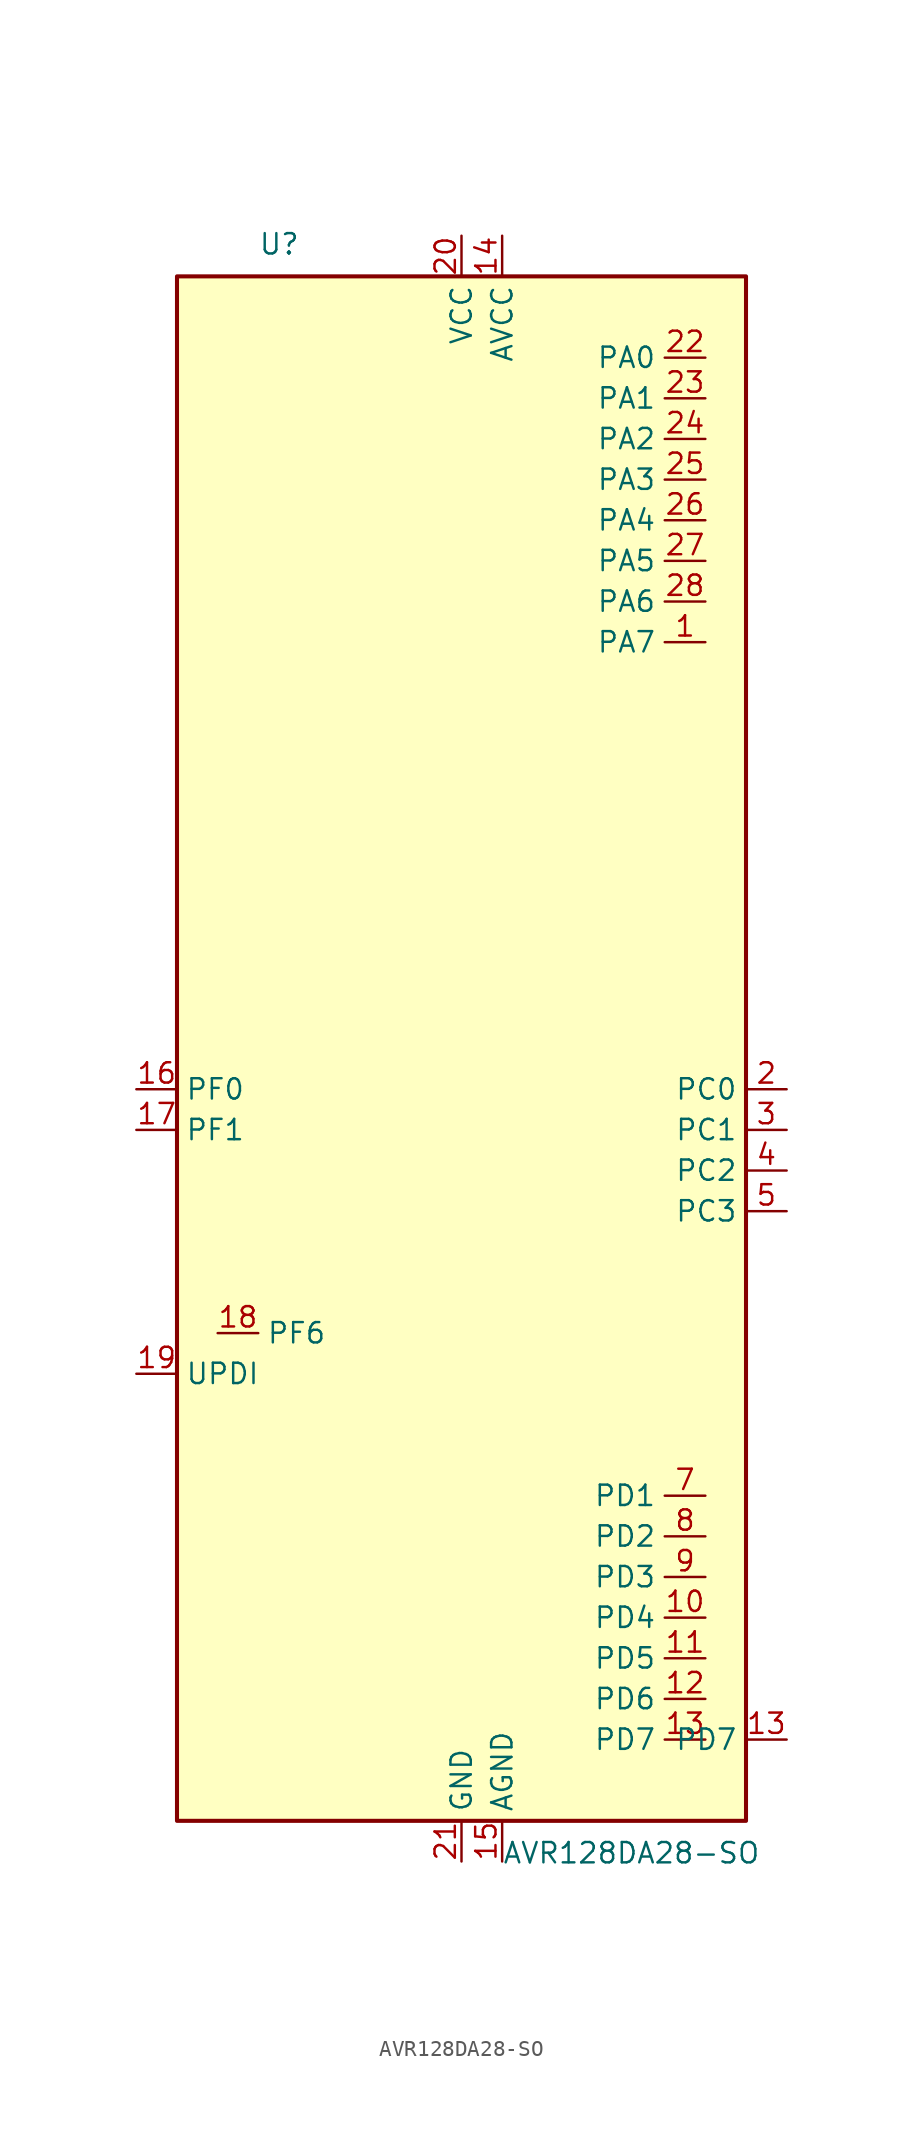
<source format=kicad_sym>
(kicad_symbol_lib
  (version 20211014)
  (generator kicad_symbol_editor)
  (symbol "AVR128DA28-SO"
    (property "Reference" "U"
      (at -12.7 49.53 0)
      (effects (font (size 1.27 1.27)) (justify left bottom)))
    (property "Value" "AVR128DA28-SO"
      (at 2.54 -49.53 0)
      (effects (font (size 1.27 1.27)) (justify left top)))
    (symbol "AVR128DA28-SO_0_1"
      (rectangle (start -17.78 -48.26) (end 17.78 48.26) (stroke (width 0.254) (type default) (color 0 0 0 0)) (fill (type background))))
    (symbol "AVR128DA28-SO_1_1"
      (pin bidirectional line (at 15.24 25.4 180) (length 2.54) (name "PA7" (effects (font (size 1.27 1.27)))) (number "1" (effects (font (size 1.27 1.27)))) (alternate "AC0-OUT" output line) (alternate "AC1-OUT" output line) (alternate "AC2-OUT" output line) (alternate "CLKOUT" output line) (alternate "EVOUTA(1)" output line) (alternate "SPI0-~{SS}" bidirectional line) (alternate "TCD0-WOD" output line) (alternate "USART0-XDIR(1)" output line) (alternate "X7" output line) (alternate "Y7" bidirectional line) (alternate "ZCD0-OUT" output line) (alternate "ZCD1-OUT" output line) (alternate "ZDC2-OUT" output line))
      (pin bidirectional line (at 15.24 -35.56 180) (length 2.54) (name "PD4" (effects (font (size 1.27 1.27)))) (number "10" (effects (font (size 1.27 1.27)))) (alternate "AC1-AINP2" input line) (alternate "AC2-AINP1" input line) (alternate "ADC0-AIN4" input line) (alternate "TCA0-WO4(3)" output line) (alternate "X20" output line) (alternate "Y20" bidirectional line))
      (pin bidirectional line (at 15.24 -38.1 180) (length 2.54) (name "PD5" (effects (font (size 1.27 1.27)))) (number "11" (effects (font (size 1.27 1.27)))) (alternate "AC1-AINN0" input line) (alternate "ADC0-AIN5" input line) (alternate "TCA0-WO5(3)" output line) (alternate "X21" output line) (alternate "Y21" bidirectional line))
      (pin bidirectional line (at 15.24 -40.64 180) (length 2.54) (name "PD6" (effects (font (size 1.27 1.27)))) (number "12" (effects (font (size 1.27 1.27)))) (alternate "AC0-AINP3" input line) (alternate "AC1-AINP3" input line) (alternate "AC2-AINP3" input line) (alternate "ADC0-AIN6" input line) (alternate "DAC0-OUT" output line) (alternate "LUT2-OUT(1)" output line) (alternate "X22" output line) (alternate "Y22" bidirectional line))
      (pin bidirectional line (at 15.24 -43.18 180) (length 2.54) (name "PD7" (effects (font (size 1.27 1.27)))) (number "13" (effects (font (size 1.27 1.27)))) (alternate "AC0-AINN2" input line) (alternate "AC1-AINN2" input line) (alternate "AC2-AINN0/2" input line) (alternate "ADC0-AIN7" input line) (alternate "EVOUTD(1)" output line) (alternate "VREFA" input line) (alternate "X23" output line) (alternate "Y23" bidirectional line))
      (pin bidirectional line (at 20.32 -43.18 180) (length 2.54) (name "PD7" (effects (font (size 1.27 1.27)))) (number "13" (effects (font (size 1.27 1.27)))) (alternate "AC0-AINN2" input line) (alternate "AC1-AINN2" input line) (alternate "AC2-AINN0/2" input line) (alternate "ADC0-AIN7" input line) (alternate "EVOUTD(1)" output line) (alternate "OP1-INN" input line) (alternate "VREFA" input line))
      (pin power_in line (at 2.54 50.8 270) (length 2.54) (name "AVCC" (effects (font (size 1.27 1.27)))) (number "14" (effects (font (size 1.27 1.27)))))
      (pin power_in line (at 2.54 -50.8 90) (length 2.54) (name "AGND" (effects (font (size 1.27 1.27)))) (number "15" (effects (font (size 1.27 1.27)))))
      (pin bidirectional line (at -20.32 -2.54 0) (length 2.54) (name "PF0" (effects (font (size 1.27 1.27)))) (number "16" (effects (font (size 1.27 1.27)))) (alternate "ADC0-AIN16(P)" input line) (alternate "LUT3-IN0" input line) (alternate "TCA0-WO0(5)" output line) (alternate "TCD0-WOA(2)" output line) (alternate "USART2-TXD" bidirectional line) (alternate "X32" output line) (alternate "XTAL32K1" passive line) (alternate "Y32" bidirectional line))
      (pin bidirectional line (at -20.32 -5.08 0) (length 2.54) (name "PF1" (effects (font (size 1.27 1.27)))) (number "17" (effects (font (size 1.27 1.27)))) (alternate "ADC0-AIN17(P)" input line) (alternate "LUT3-IN1" input line) (alternate "TCA0-WO1(5)" output line) (alternate "TCD0-WOB(2)" output line) (alternate "USART2-RXD" input line) (alternate "X33" output line) (alternate "XTAL32K2" passive line) (alternate "Y33" bidirectional line))
      (pin input line (at -15.24 -17.78 0) (length 2.54) (name "PF6" (effects (font (size 1.27 1.27)))) (number "18" (effects (font (size 1.27 1.27)))) (alternate "~{RESET}" input line))
      (pin bidirectional line (at -20.32 -20.32 0) (length 2.54) (name "UPDI" (effects (font (size 1.27 1.27)))) (number "19" (effects (font (size 1.27 1.27)))))
      (pin bidirectional line (at 20.32 -2.54 180) (length 2.54) (name "PC0" (effects (font (size 1.27 1.27)))) (number "2" (effects (font (size 1.27 1.27)))) (alternate "LUT1-IN0" input line) (alternate "SPI1-MOSI" bidirectional line) (alternate "TCA0-WO0(2)" output line) (alternate "TCB2-WO" output line) (alternate "USART1-TXD" bidirectional line))
      (pin power_in line (at 0 50.8 270) (length 2.54) (name "VCC" (effects (font (size 1.27 1.27)))) (number "20" (effects (font (size 1.27 1.27)))))
      (pin power_in line (at 0 -50.8 90) (length 2.54) (name "GND" (effects (font (size 1.27 1.27)))) (number "21" (effects (font (size 1.27 1.27)))))
      (pin bidirectional line (at 15.24 43.18 180) (length 2.54) (name "PA0" (effects (font (size 1.27 1.27)))) (number "22" (effects (font (size 1.27 1.27)))) (alternate "EXTCLK" input clock) (alternate "LUT0-IN0" input line) (alternate "TCA0-WO0" output line) (alternate "USART0-TXD" bidirectional line) (alternate "X0" output line) (alternate "Y0" bidirectional line))
      (pin bidirectional line (at 15.24 40.64 180) (length 2.54) (name "PA1" (effects (font (size 1.27 1.27)))) (number "23" (effects (font (size 1.27 1.27)))) (alternate "LUT0-IN1" input line) (alternate "TCA0-WO1" output line) (alternate "USART0-RXD" input line) (alternate "X1" output line) (alternate "Y1" bidirectional line))
      (pin bidirectional line (at 15.24 38.1 180) (length 2.54) (name "PA2" (effects (font (size 1.27 1.27)))) (number "24" (effects (font (size 1.27 1.27)))) (alternate "EVOUTA" output line) (alternate "LUT0-IN2" input line) (alternate "TCA0-WO2" output line) (alternate "TCB0-WO" output line) (alternate "TWI0-SDA(MS)" bidirectional line) (alternate "USART0-XCK" bidirectional line) (alternate "X2" output line) (alternate "Y2" bidirectional line))
      (pin bidirectional line (at 15.24 35.56 180) (length 2.54) (name "PA3" (effects (font (size 1.27 1.27)))) (number "25" (effects (font (size 1.27 1.27)))) (alternate "LUT0-OUT" output line) (alternate "TCA0-WO3" output line) (alternate "TCB1-WO" output line) (alternate "TWI0-SCL(MS)" bidirectional line) (alternate "USART0-XDIR" output line) (alternate "X3" output line) (alternate "Y3" bidirectional line))
      (pin bidirectional line (at 15.24 33.02 180) (length 2.54) (name "PA4" (effects (font (size 1.27 1.27)))) (number "26" (effects (font (size 1.27 1.27)))) (alternate "SPI0-MOSI" bidirectional line) (alternate "TCA0-WO4" output line) (alternate "TCD0-WOA" output line) (alternate "USART0-TXD(1)" bidirectional line) (alternate "X4" output line) (alternate "Y4" bidirectional line))
      (pin bidirectional line (at 15.24 30.48 180) (length 2.54) (name "PA5" (effects (font (size 1.27 1.27)))) (number "27" (effects (font (size 1.27 1.27)))) (alternate "SPI0-MISO" bidirectional line) (alternate "TCA0-WO5" output line) (alternate "TCD0-WOB" output line) (alternate "USART0-RXD(1)" input line) (alternate "X5" output line) (alternate "Y5" bidirectional line))
      (pin bidirectional line (at 15.24 27.94 180) (length 2.54) (name "PA6" (effects (font (size 1.27 1.27)))) (number "28" (effects (font (size 1.27 1.27)))) (alternate "LUT0-OUT(1)" output line) (alternate "SPI0-SCK" bidirectional line) (alternate "TCD0-WOC" output line) (alternate "USART0-XCK(1)" bidirectional line) (alternate "X6" output line) (alternate "Y6" bidirectional line))
      (pin bidirectional line (at 20.32 -5.08 180) (length 2.54) (name "PC1" (effects (font (size 1.27 1.27)))) (number "3" (effects (font (size 1.27 1.27)))) (alternate "LUT1-IN1" input line) (alternate "SPI1-MISO" bidirectional line) (alternate "TCA0-WO1(2)" output line) (alternate "TCB3-WO(1)" output line) (alternate "USART1-RXD" input line))
      (pin bidirectional line (at 20.32 -7.62 180) (length 2.54) (name "PC2" (effects (font (size 1.27 1.27)))) (number "4" (effects (font (size 1.27 1.27)))) (alternate "EVOUTC" output line) (alternate "LUT1-IN2" input line) (alternate "SPI1-SCK" bidirectional line) (alternate "TCA-WO2(2)" output line) (alternate "TWI0-SDA(MS+)(0,2)" bidirectional line) (alternate "USART1-XCK" bidirectional line))
      (pin bidirectional line (at 20.32 -10.16 180) (length 2.54) (name "PC3" (effects (font (size 1.27 1.27)))) (number "5" (effects (font (size 1.27 1.27)))) (alternate "LUT1-OUT" output line) (alternate "SPI1-~{SS}" bidirectional line) (alternate "TCA0-WO3(2)" output line) (alternate "TWI0-SCL(MS)(0,2" bidirectional line) (alternate "USART1-XDIR" output line))
      (pin power_in line (at 0 50.8 270) (length 2.54) hide (name "VCC" (effects (font (size 1.27 1.27)))) (number "6" (effects (font (size 1.27 1.27)))))
      (pin bidirectional line (at 15.24 -27.94 180) (length 2.54) (name "PD1" (effects (font (size 1.27 1.27)))) (number "7" (effects (font (size 1.27 1.27)))) (alternate "ADC0-AIN1" input line) (alternate "LUT2-IN1" input line) (alternate "TCA0-WO1(3)" output line) (alternate "X17" output line) (alternate "Y17" bidirectional line) (alternate "ZCD0-ZCIN" input line))
      (pin bidirectional line (at 15.24 -30.48 180) (length 2.54) (name "PD2" (effects (font (size 1.27 1.27)))) (number "8" (effects (font (size 1.27 1.27)))) (alternate "AC0-AINP0" input line) (alternate "AC1-AINP0" input line) (alternate "AC2-AINP0" input line) (alternate "ADC0-AIN2" input line) (alternate "EVOUTD" output line) (alternate "LUT2-IN2" input line) (alternate "TCA0-WO2(3)" output line) (alternate "X18" output line) (alternate "Y18" bidirectional line))
      (pin bidirectional line (at 15.24 -33.02 180) (length 2.54) (name "PD3" (effects (font (size 1.27 1.27)))) (number "9" (effects (font (size 1.27 1.27)))) (alternate "AC0-AINN0" input line) (alternate "AC1-AINP1" input line) (alternate "ADC0-AIN3" input line) (alternate "LUT2-OUT" output line) (alternate "TCA0-WO3(3)" output line) (alternate "X19" output line) (alternate "Y19" bidirectional line)))))
</source>
